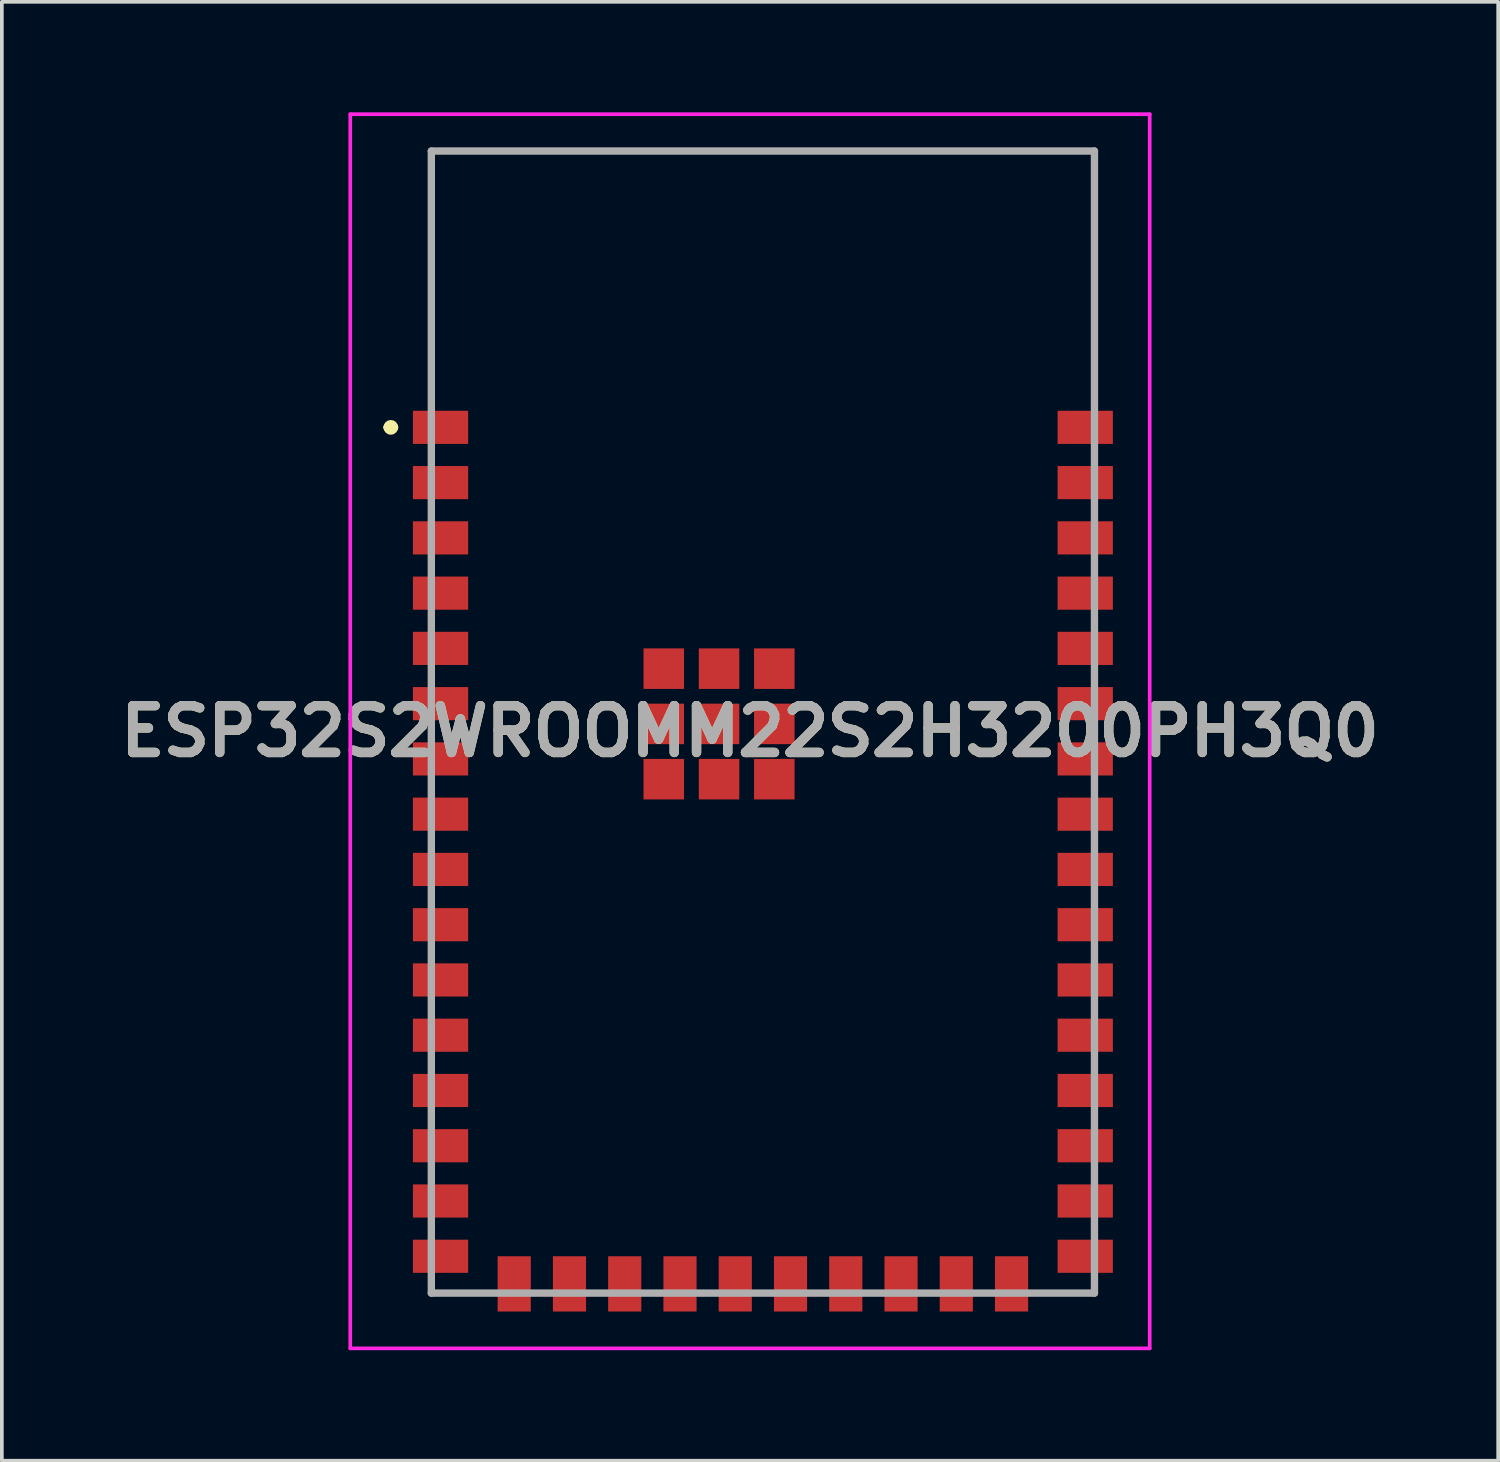
<source format=kicad_pcb>
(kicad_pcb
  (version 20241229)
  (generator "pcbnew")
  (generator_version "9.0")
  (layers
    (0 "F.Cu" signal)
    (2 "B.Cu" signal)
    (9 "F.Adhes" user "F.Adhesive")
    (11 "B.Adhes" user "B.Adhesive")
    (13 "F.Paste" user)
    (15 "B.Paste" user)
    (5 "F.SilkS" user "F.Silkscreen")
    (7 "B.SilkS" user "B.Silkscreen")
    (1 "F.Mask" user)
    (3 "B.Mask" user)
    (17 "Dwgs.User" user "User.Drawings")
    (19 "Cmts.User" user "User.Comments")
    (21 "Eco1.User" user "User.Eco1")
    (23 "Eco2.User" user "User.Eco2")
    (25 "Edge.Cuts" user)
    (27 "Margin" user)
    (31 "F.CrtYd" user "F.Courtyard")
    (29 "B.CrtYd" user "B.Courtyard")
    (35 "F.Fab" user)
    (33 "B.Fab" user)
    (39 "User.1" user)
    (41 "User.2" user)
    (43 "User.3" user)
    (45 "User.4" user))
  (footprint "ESP32S2WROOMM22S2H3200PH3Q0"
    (layer "F.Cu")
    (at 17.658 16.55)
    (property "Reference" "ESP32S2WROOMM22S2H3200PH3Q0" (at -0.35 0.25 0) (layer "F.SilkS") (effects (font (size 1.27 1.27) (thickness 0.254))))
    (attr smd)
    (fp_line (start -10.2 -8) (end -10.2 -8) (stroke (width 0.2) (type solid)) (layer "F.SilkS"))
    (fp_line (start -10 -8) (end -10 -8) (stroke (width 0.2) (type solid)) (layer "F.SilkS"))
    (fp_line (start -9 -15.5) (end 9 -15.5) (stroke (width 0.1) (type solid)) (layer "F.SilkS"))
    (fp_line (start -9 -9) (end -9 -15.5) (stroke (width 0.1) (type solid)) (layer "F.SilkS"))
    (fp_line (start 9 -15.5) (end 9 -9) (stroke (width 0.1) (type solid)) (layer "F.SilkS"))
    (fp_arc (start -10.2 -8) (mid -10.1 -8.1) (end -10 -8) (stroke (width 0.2) (type solid)) (layer "F.SilkS"))
    (fp_arc (start -10 -8) (mid -10.1 -7.9) (end -10.2 -8) (stroke (width 0.2) (type solid)) (layer "F.SilkS"))
    (fp_line (start -11.2 -16.5) (end 10.5 -16.5) (stroke (width 0.1) (type solid)) (layer "F.CrtYd"))
    (fp_line (start -11.2 17) (end -11.2 -16.5) (stroke (width 0.1) (type solid)) (layer "F.CrtYd"))
    (fp_line (start 10.5 -16.5) (end 10.5 17) (stroke (width 0.1) (type solid)) (layer "F.CrtYd"))
    (fp_line (start 10.5 17) (end -11.2 17) (stroke (width 0.1) (type solid)) (layer "F.CrtYd"))
    (fp_line (start -9 -15.5) (end 9 -15.5) (stroke (width 0.2) (type solid)) (layer "F.Fab"))
    (fp_line (start -9 15.5) (end -9 -15.5) (stroke (width 0.2) (type solid)) (layer "F.Fab"))
    (fp_line (start 9 -15.5) (end 9 15.5) (stroke (width 0.2) (type solid)) (layer "F.Fab"))
    (fp_line (start 9 15.5) (end -9 15.5) (stroke (width 0.2) (type solid)) (layer "F.Fab"))
    (fp_text user "${REFERENCE}" (at -0.35 0.25 0) (layer "F.Fab") (effects (font (size 1.27 1.27) (thickness 0.254))))
    (pad "1" smd rect (at -8.75 -8 90) (size 0.9 1.5) (layers "F.Cu" "F.Mask" "F.Paste"))
    (pad "2" smd rect (at -8.75 -6.5 90) (size 0.9 1.5) (layers "F.Cu" "F.Mask" "F.Paste"))
    (pad "3" smd rect (at -8.75 -5 90) (size 0.9 1.5) (layers "F.Cu" "F.Mask" "F.Paste"))
    (pad "4" smd rect (at -8.75 -3.5 90) (size 0.9 1.5) (layers "F.Cu" "F.Mask" "F.Paste"))
    (pad "5" smd rect (at -8.75 -2 90) (size 0.9 1.5) (layers "F.Cu" "F.Mask" "F.Paste"))
    (pad "6" smd rect (at -8.75 -0.5 90) (size 0.9 1.5) (layers "F.Cu" "F.Mask" "F.Paste"))
    (pad "7" smd rect (at -8.75 1 90) (size 0.9 1.5) (layers "F.Cu" "F.Mask" "F.Paste"))
    (pad "8" smd rect (at -8.75 2.5 90) (size 0.9 1.5) (layers "F.Cu" "F.Mask" "F.Paste"))
    (pad "9" smd rect (at -8.75 4 90) (size 0.9 1.5) (layers "F.Cu" "F.Mask" "F.Paste"))
    (pad "10" smd rect (at -8.75 5.5 90) (size 0.9 1.5) (layers "F.Cu" "F.Mask" "F.Paste"))
    (pad "11" smd rect (at -8.75 7 90) (size 0.9 1.5) (layers "F.Cu" "F.Mask" "F.Paste"))
    (pad "12" smd rect (at -8.75 8.5 90) (size 0.9 1.5) (layers "F.Cu" "F.Mask" "F.Paste"))
    (pad "13" smd rect (at -8.75 10 90) (size 0.9 1.5) (layers "F.Cu" "F.Mask" "F.Paste"))
    (pad "14" smd rect (at -8.75 11.5 90) (size 0.9 1.5) (layers "F.Cu" "F.Mask" "F.Paste"))
    (pad "15" smd rect (at -8.75 13 90) (size 0.9 1.5) (layers "F.Cu" "F.Mask" "F.Paste"))
    (pad "16" smd rect (at -8.75 14.5 90) (size 0.9 1.5) (layers "F.Cu" "F.Mask" "F.Paste"))
    (pad "17" smd rect (at -6.75 15.25) (size 0.9 1.5) (layers "F.Cu" "F.Mask" "F.Paste"))
    (pad "18" smd rect (at -5.25 15.25) (size 0.9 1.5) (layers "F.Cu" "F.Mask" "F.Paste"))
    (pad "19" smd rect (at -3.75 15.25) (size 0.9 1.5) (layers "F.Cu" "F.Mask" "F.Paste"))
    (pad "20" smd rect (at -2.25 15.25) (size 0.9 1.5) (layers "F.Cu" "F.Mask" "F.Paste"))
    (pad "21" smd rect (at -0.75 15.25) (size 0.9 1.5) (layers "F.Cu" "F.Mask" "F.Paste"))
    (pad "22" smd rect (at 0.75 15.25) (size 0.9 1.5) (layers "F.Cu" "F.Mask" "F.Paste"))
    (pad "23" smd rect (at 2.25 15.25) (size 0.9 1.5) (layers "F.Cu" "F.Mask" "F.Paste"))
    (pad "24" smd rect (at 3.75 15.25) (size 0.9 1.5) (layers "F.Cu" "F.Mask" "F.Paste"))
    (pad "25" smd rect (at 5.25 15.25) (size 0.9 1.5) (layers "F.Cu" "F.Mask" "F.Paste"))
    (pad "26" smd rect (at 6.75 15.25) (size 0.9 1.5) (layers "F.Cu" "F.Mask" "F.Paste"))
    (pad "27" smd rect (at 8.75 14.5 90) (size 0.9 1.5) (layers "F.Cu" "F.Mask" "F.Paste"))
    (pad "28" smd rect (at 8.75 13 90) (size 0.9 1.5) (layers "F.Cu" "F.Mask" "F.Paste"))
    (pad "29" smd rect (at 8.75 11.5 90) (size 0.9 1.5) (layers "F.Cu" "F.Mask" "F.Paste"))
    (pad "30" smd rect (at 8.75 10 90) (size 0.9 1.5) (layers "F.Cu" "F.Mask" "F.Paste"))
    (pad "31" smd rect (at 8.75 8.5 90) (size 0.9 1.5) (layers "F.Cu" "F.Mask" "F.Paste"))
    (pad "32" smd rect (at 8.75 7 90) (size 0.9 1.5) (layers "F.Cu" "F.Mask" "F.Paste"))
    (pad "33" smd rect (at 8.75 5.5 90) (size 0.9 1.5) (layers "F.Cu" "F.Mask" "F.Paste"))
    (pad "34" smd rect (at 8.75 4 90) (size 0.9 1.5) (layers "F.Cu" "F.Mask" "F.Paste"))
    (pad "35" smd rect (at 8.75 2.5 90) (size 0.9 1.5) (layers "F.Cu" "F.Mask" "F.Paste"))
    (pad "36" smd rect (at 8.75 1 90) (size 0.9 1.5) (layers "F.Cu" "F.Mask" "F.Paste"))
    (pad "37" smd rect (at 8.75 -0.5 90) (size 0.9 1.5) (layers "F.Cu" "F.Mask" "F.Paste"))
    (pad "38" smd rect (at 8.75 -2 90) (size 0.9 1.5) (layers "F.Cu" "F.Mask" "F.Paste"))
    (pad "39" smd rect (at 8.75 -3.5 90) (size 0.9 1.5) (layers "F.Cu" "F.Mask" "F.Paste"))
    (pad "40" smd rect (at 8.75 -5 90) (size 0.9 1.5) (layers "F.Cu" "F.Mask" "F.Paste"))
    (pad "41" smd rect (at 8.75 -6.5 90) (size 0.9 1.5) (layers "F.Cu" "F.Mask" "F.Paste"))
    (pad "42" smd rect (at 8.75 -8 90) (size 0.9 1.5) (layers "F.Cu" "F.Mask" "F.Paste"))
    (pad "43" smd rect (at -1.19 0.05) (size 1.1 1.1) (layers "F.Cu" "F.Mask" "F.Paste"))
    (pad "44" smd rect (at -2.69 0.05) (size 1.1 1.1) (layers "F.Cu" "F.Mask" "F.Paste"))
    (pad "45" smd rect (at -2.69 1.55) (size 1.1 1.1) (layers "F.Cu" "F.Mask" "F.Paste"))
    (pad "46" smd rect (at -1.19 1.55) (size 1.1 1.1) (layers "F.Cu" "F.Mask" "F.Paste"))
    (pad "47" smd rect (at 0.31 1.55) (size 1.1 1.1) (layers "F.Cu" "F.Mask" "F.Paste"))
    (pad "48" smd rect (at 0.31 0.05) (size 1.1 1.1) (layers "F.Cu" "F.Mask" "F.Paste"))
    (pad "49" smd rect (at 0.31 -1.45) (size 1.1 1.1) (layers "F.Cu" "F.Mask" "F.Paste"))
    (pad "50" smd rect (at -1.19 -1.45) (size 1.1 1.1) (layers "F.Cu" "F.Mask" "F.Paste"))
    (pad "51" smd rect (at -2.69 -1.45) (size 1.1 1.1) (layers "F.Cu" "F.Mask" "F.Paste")))
  (gr_rect
    (start -3 -3)
    (end 37.617 36.6)
    (stroke (width 0.1) (type default))
    (fill no)
    (layer "Edge.Cuts")))
</source>
